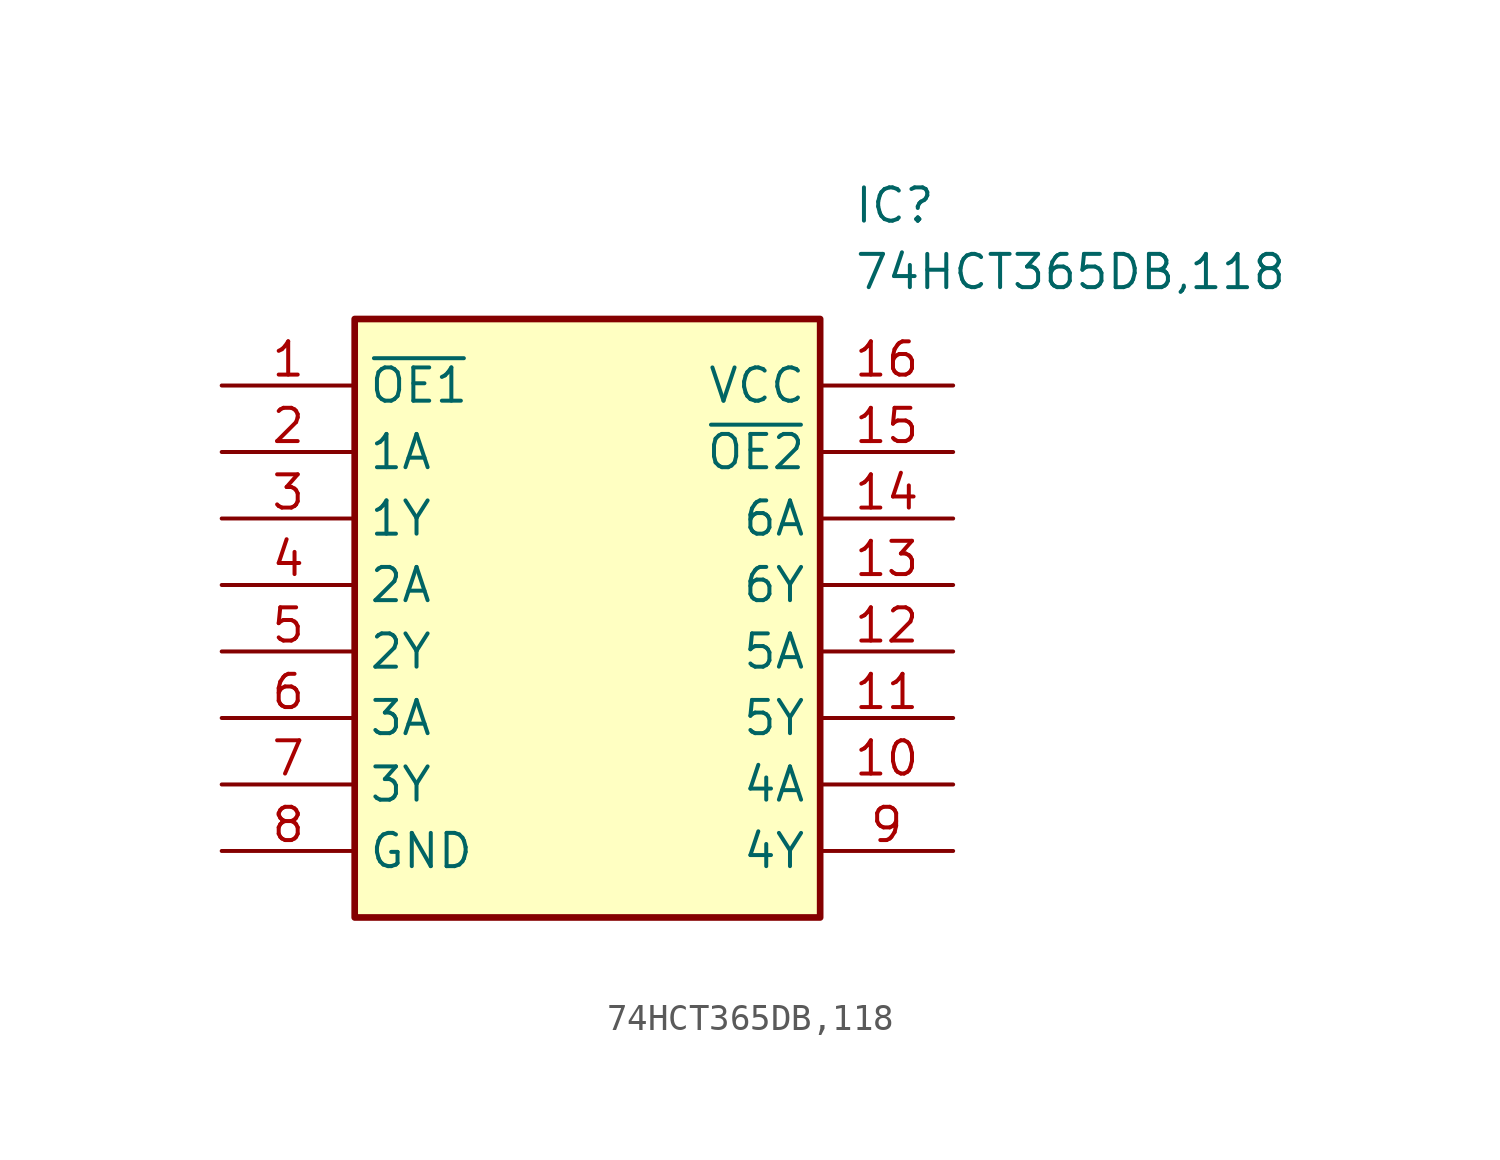
<source format=kicad_sym>
(kicad_symbol_lib
  (version 20241209)
  (generator "kicad_symbol_editor")
  (generator_version "9.0")
  (symbol "74HCT365DB,118"
    (property "Reference" "IC"
      (at 24.13 7.62 0)
      (effects (font (size 1.27 1.27)) (justify left top)))
    (property "Value" "74HCT365DB,118"
      (at 24.13 5.08 0)
      (effects (font (size 1.27 1.27)) (justify left top)))
    (symbol "74HCT365DB,118_1_1"
      (rectangle (start 5.08 2.54) (end 22.86 -20.32) (stroke (width 0.254) (type default)) (fill (type background)))
      (pin passive line (at 0 0 0) (length 5.08) (name "~{OE1}" (effects (font (size 1.27 1.27)))) (number "1" (effects (font (size 1.27 1.27)))))
      (pin passive line (at 0 -2.54 0) (length 5.08) (name "1A" (effects (font (size 1.27 1.27)))) (number "2" (effects (font (size 1.27 1.27)))))
      (pin passive line (at 0 -5.08 0) (length 5.08) (name "1Y" (effects (font (size 1.27 1.27)))) (number "3" (effects (font (size 1.27 1.27)))))
      (pin passive line (at 0 -7.62 0) (length 5.08) (name "2A" (effects (font (size 1.27 1.27)))) (number "4" (effects (font (size 1.27 1.27)))))
      (pin passive line (at 0 -10.16 0) (length 5.08) (name "2Y" (effects (font (size 1.27 1.27)))) (number "5" (effects (font (size 1.27 1.27)))))
      (pin passive line (at 0 -12.7 0) (length 5.08) (name "3A" (effects (font (size 1.27 1.27)))) (number "6" (effects (font (size 1.27 1.27)))))
      (pin passive line (at 0 -15.24 0) (length 5.08) (name "3Y" (effects (font (size 1.27 1.27)))) (number "7" (effects (font (size 1.27 1.27)))))
      (pin passive line (at 0 -17.78 0) (length 5.08) (name "GND" (effects (font (size 1.27 1.27)))) (number "8" (effects (font (size 1.27 1.27)))))
      (pin passive line (at 27.94 0 180) (length 5.08) (name "VCC" (effects (font (size 1.27 1.27)))) (number "16" (effects (font (size 1.27 1.27)))))
      (pin passive line (at 27.94 -2.54 180) (length 5.08) (name "~{OE2}" (effects (font (size 1.27 1.27)))) (number "15" (effects (font (size 1.27 1.27)))))
      (pin passive line (at 27.94 -5.08 180) (length 5.08) (name "6A" (effects (font (size 1.27 1.27)))) (number "14" (effects (font (size 1.27 1.27)))))
      (pin passive line (at 27.94 -7.62 180) (length 5.08) (name "6Y" (effects (font (size 1.27 1.27)))) (number "13" (effects (font (size 1.27 1.27)))))
      (pin passive line (at 27.94 -10.16 180) (length 5.08) (name "5A" (effects (font (size 1.27 1.27)))) (number "12" (effects (font (size 1.27 1.27)))))
      (pin passive line (at 27.94 -12.7 180) (length 5.08) (name "5Y" (effects (font (size 1.27 1.27)))) (number "11" (effects (font (size 1.27 1.27)))))
      (pin passive line (at 27.94 -15.24 180) (length 5.08) (name "4A" (effects (font (size 1.27 1.27)))) (number "10" (effects (font (size 1.27 1.27)))))
      (pin passive line (at 27.94 -17.78 180) (length 5.08) (name "4Y" (effects (font (size 1.27 1.27)))) (number "9" (effects (font (size 1.27 1.27))))))))
</source>
